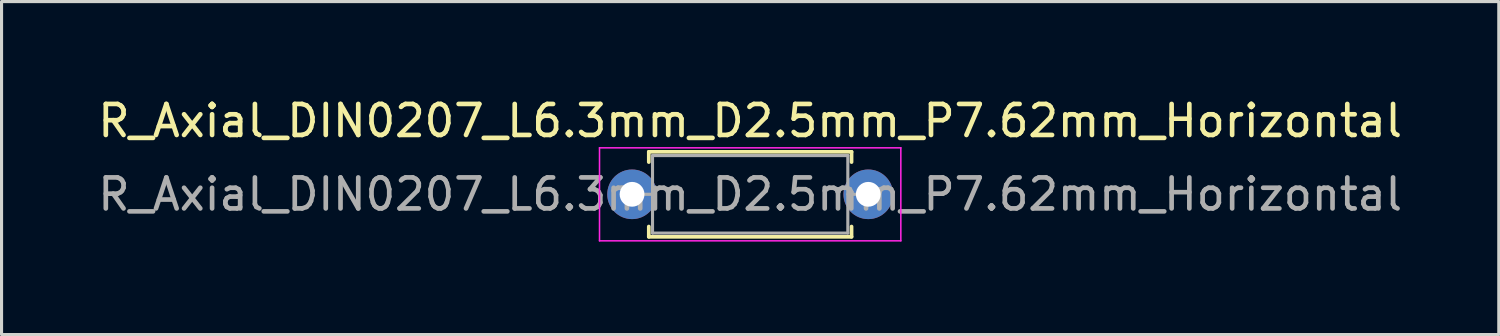
<source format=kicad_pcb>
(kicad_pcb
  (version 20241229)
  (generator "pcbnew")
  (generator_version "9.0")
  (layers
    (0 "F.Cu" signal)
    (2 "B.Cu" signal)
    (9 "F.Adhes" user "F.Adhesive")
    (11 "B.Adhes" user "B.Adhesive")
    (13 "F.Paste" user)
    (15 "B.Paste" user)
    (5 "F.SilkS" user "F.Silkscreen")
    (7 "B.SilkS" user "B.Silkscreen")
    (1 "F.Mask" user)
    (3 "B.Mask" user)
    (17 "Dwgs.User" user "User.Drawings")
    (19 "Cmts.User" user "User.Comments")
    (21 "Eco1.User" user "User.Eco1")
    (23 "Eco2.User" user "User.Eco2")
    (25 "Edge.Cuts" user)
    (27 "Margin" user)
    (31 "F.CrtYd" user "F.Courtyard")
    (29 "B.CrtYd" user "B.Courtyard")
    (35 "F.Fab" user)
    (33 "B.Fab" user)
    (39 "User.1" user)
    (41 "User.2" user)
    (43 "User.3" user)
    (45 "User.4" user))
  (footprint "R_Axial_DIN0207_L6.3mm_D2.5mm_P7.62mm_Horizontal"
    (layer "F.Cu")
    (at 21.149 3.218)
    (property "Reference" "R_Axial_DIN0207_L6.3mm_D2.5mm_P7.62mm_Horizontal" (at 0 -2.37 0) (layer "F.SilkS") (effects (font (size 1 1) (thickness 0.15))))
    (attr through_hole)
    (fp_line (start -3.27 -1.37) (end 3.27 -1.37) (stroke (width 0.12) (type solid)) (layer "F.SilkS"))
    (fp_line (start -3.27 -1.04) (end -3.27 -1.37) (stroke (width 0.12) (type solid)) (layer "F.SilkS"))
    (fp_line (start -3.27 1.04) (end -3.27 1.37) (stroke (width 0.12) (type solid)) (layer "F.SilkS"))
    (fp_line (start -3.27 1.37) (end 3.27 1.37) (stroke (width 0.12) (type solid)) (layer "F.SilkS"))
    (fp_line (start 3.27 -1.37) (end 3.27 -1.04) (stroke (width 0.12) (type solid)) (layer "F.SilkS"))
    (fp_line (start 3.27 1.37) (end 3.27 1.04) (stroke (width 0.12) (type solid)) (layer "F.SilkS"))
    (fp_line (start -4.86 -1.5) (end -4.86 1.5) (stroke (width 0.05) (type solid)) (layer "F.CrtYd"))
    (fp_line (start -4.86 1.5) (end 4.86 1.5) (stroke (width 0.05) (type solid)) (layer "F.CrtYd"))
    (fp_line (start 4.86 -1.5) (end -4.86 -1.5) (stroke (width 0.05) (type solid)) (layer "F.CrtYd"))
    (fp_line (start 4.86 1.5) (end 4.86 -1.5) (stroke (width 0.05) (type solid)) (layer "F.CrtYd"))
    (fp_line (start -3.81 0) (end -3.15 0) (stroke (width 0.1) (type solid)) (layer "F.Fab"))
    (fp_line (start -3.15 -1.25) (end -3.15 1.25) (stroke (width 0.1) (type solid)) (layer "F.Fab"))
    (fp_line (start -3.15 1.25) (end 3.15 1.25) (stroke (width 0.1) (type solid)) (layer "F.Fab"))
    (fp_line (start 3.15 -1.25) (end -3.15 -1.25) (stroke (width 0.1) (type solid)) (layer "F.Fab"))
    (fp_line (start 3.15 1.25) (end 3.15 -1.25) (stroke (width 0.1) (type solid)) (layer "F.Fab"))
    (fp_line (start 3.81 0) (end 3.15 0) (stroke (width 0.1) (type solid)) (layer "F.Fab"))
    (fp_text user "${REFERENCE}" (at 0 0 0) (layer "F.Fab") (effects (font (size 1 1) (thickness 0.15))))
    (pad "1" thru_hole circle (at -3.81 0) (size 1.6 1.6) (drill 0.8) (layers "*.Cu" "*.Mask"))
    (pad "2" thru_hole oval (at 3.81 0) (size 1.6 1.6) (drill 0.8) (layers "*.Cu" "*.Mask")))
  (gr_rect
    (start -3 -3)
    (end 45.298 7.743)
    (stroke (width 0.1) (type default))
    (fill no)
    (layer "Edge.Cuts")))
</source>
